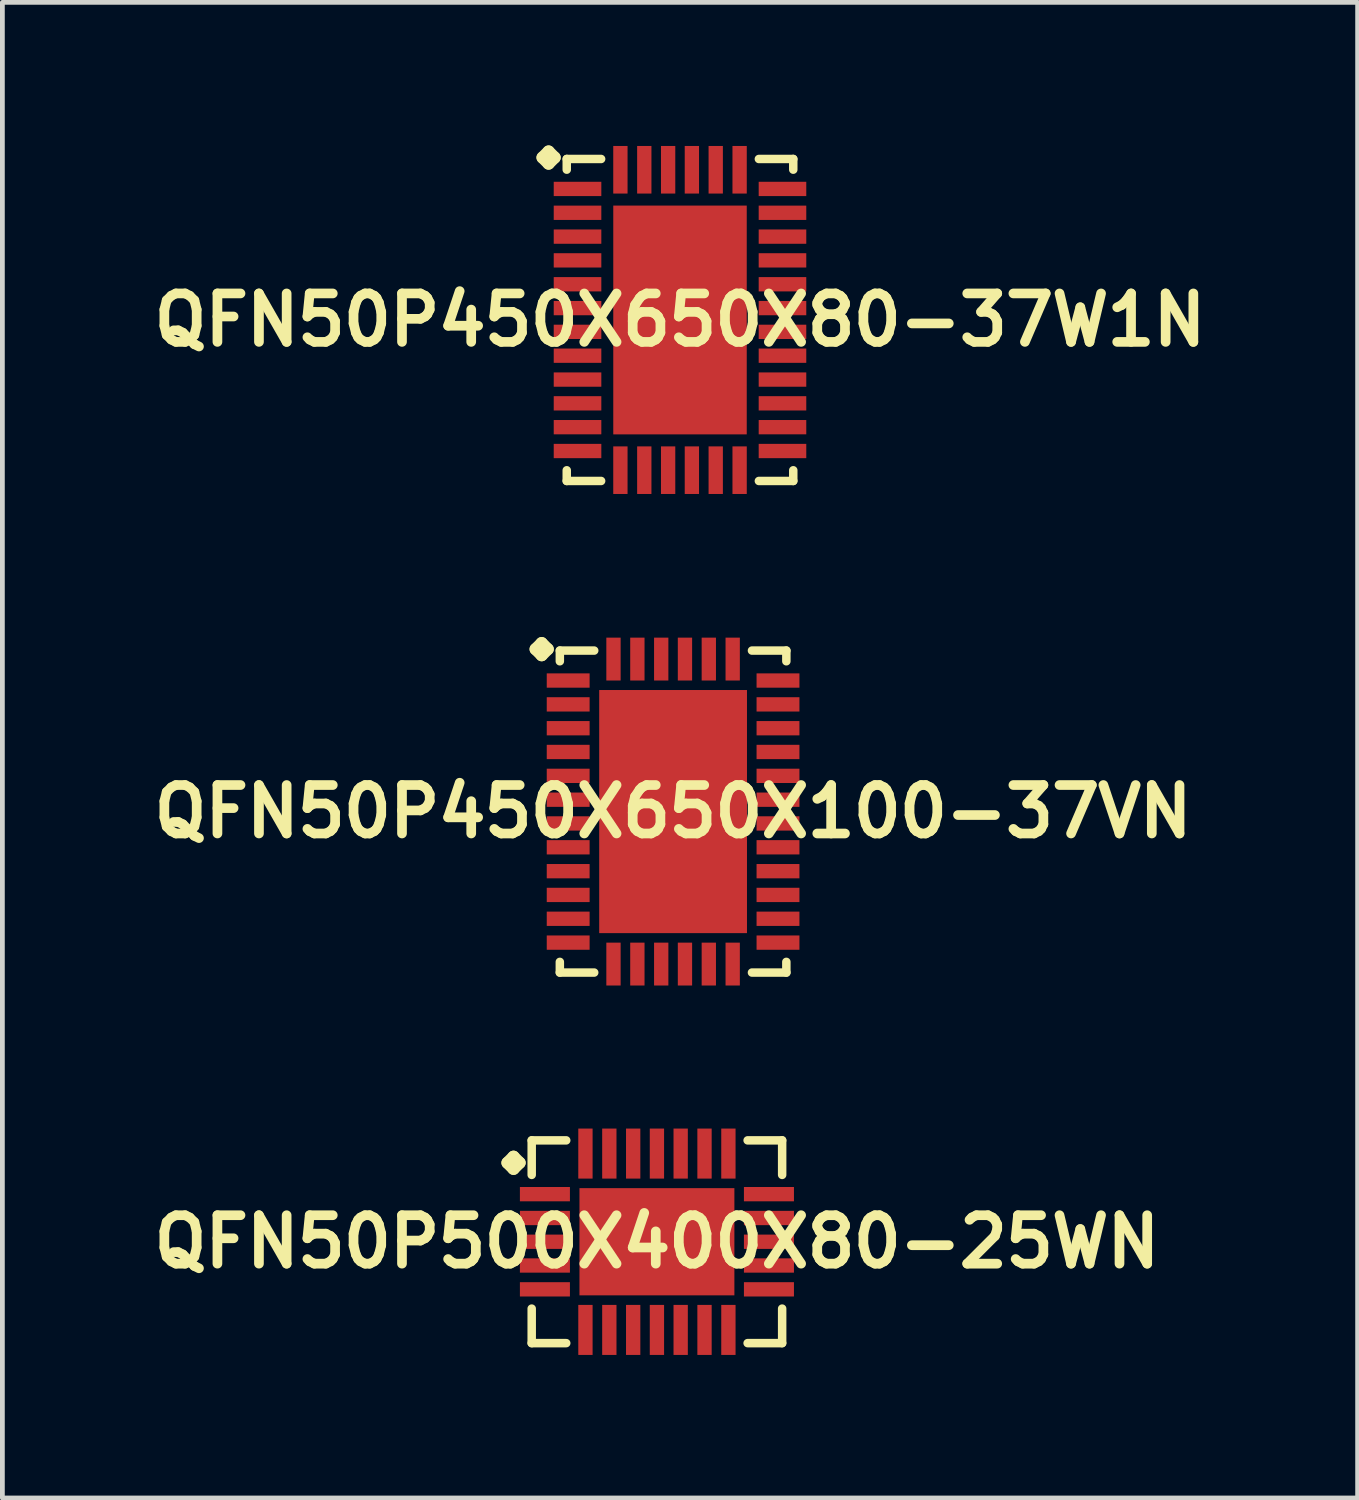
<source format=kicad_pcb>
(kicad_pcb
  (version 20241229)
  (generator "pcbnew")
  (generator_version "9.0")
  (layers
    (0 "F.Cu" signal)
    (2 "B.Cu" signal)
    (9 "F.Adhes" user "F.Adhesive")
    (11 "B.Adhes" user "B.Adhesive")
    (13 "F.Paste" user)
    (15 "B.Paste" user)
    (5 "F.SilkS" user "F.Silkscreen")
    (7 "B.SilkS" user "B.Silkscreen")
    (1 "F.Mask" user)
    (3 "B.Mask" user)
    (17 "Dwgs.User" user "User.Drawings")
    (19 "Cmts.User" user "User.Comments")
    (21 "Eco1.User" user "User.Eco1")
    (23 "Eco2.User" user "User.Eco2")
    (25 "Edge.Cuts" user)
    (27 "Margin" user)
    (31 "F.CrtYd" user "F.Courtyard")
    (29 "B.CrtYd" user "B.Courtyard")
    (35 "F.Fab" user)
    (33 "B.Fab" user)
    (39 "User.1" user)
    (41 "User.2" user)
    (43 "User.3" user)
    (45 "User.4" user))
  (footprint "QFN50P500X400X80-25WN"
    (layer "F.Cu")
    (at 10.726 22.99)
    (property "Reference" "QFN50P500X400X80-25WN" (at 0 0 0) (layer "F.SilkS") (effects (font (size 1.016 1.016) (thickness 0.203))))
    (attr smd)
    (fp_line (start -3.134 -1.656) (end -3.007 -1.783) (stroke (width 0.254) (type solid)) (layer "F.SilkS"))
    (fp_line (start -3.007 -1.783) (end -2.88 -1.656) (stroke (width 0.254) (type solid)) (layer "F.SilkS"))
    (fp_line (start -3.007 -1.529) (end -3.134 -1.656) (stroke (width 0.254) (type solid)) (layer "F.SilkS"))
    (fp_line (start -2.88 -1.656) (end -3.007 -1.529) (stroke (width 0.254) (type solid)) (layer "F.SilkS"))
    (fp_line (start -2.626 -2.126) (end -1.902 -2.126) (stroke (width 0.178) (type solid)) (layer "F.SilkS"))
    (fp_line (start -2.626 -1.402) (end -2.626 -2.126) (stroke (width 0.178) (type solid)) (layer "F.SilkS"))
    (fp_line (start -2.626 1.402) (end -2.626 2.126) (stroke (width 0.178) (type solid)) (layer "F.SilkS"))
    (fp_line (start -2.626 2.126) (end -1.902 2.126) (stroke (width 0.178) (type solid)) (layer "F.SilkS"))
    (fp_line (start 1.902 -2.126) (end 2.626 -2.126) (stroke (width 0.178) (type solid)) (layer "F.SilkS"))
    (fp_line (start 1.902 2.126) (end 2.626 2.126) (stroke (width 0.178) (type solid)) (layer "F.SilkS"))
    (fp_line (start 2.626 -2.126) (end 2.626 -1.402) (stroke (width 0.178) (type solid)) (layer "F.SilkS"))
    (fp_line (start 2.626 2.126) (end 2.626 1.402) (stroke (width 0.178) (type solid)) (layer "F.SilkS"))
    (pad "1" smd rect (at -2.349 -0.998) (size 1.049 0.3) (layers "F.Cu" "F.Mask" "F.Paste"))
    (pad "2" smd rect (at -2.349 -0.498) (size 1.049 0.3) (layers "F.Cu" "F.Mask" "F.Paste"))
    (pad "3" smd rect (at -2.349 0) (size 1.049 0.3) (layers "F.Cu" "F.Mask" "F.Paste"))
    (pad "4" smd rect (at -2.349 0.498) (size 1.049 0.3) (layers "F.Cu" "F.Mask" "F.Paste"))
    (pad "5" smd rect (at -2.349 0.998) (size 1.049 0.3) (layers "F.Cu" "F.Mask" "F.Paste"))
    (pad "6" smd rect (at -1.499 1.849) (size 0.3 1.049) (layers "F.Cu" "F.Mask" "F.Paste"))
    (pad "7" smd rect (at -0.998 1.849) (size 0.3 1.049) (layers "F.Cu" "F.Mask" "F.Paste"))
    (pad "8" smd rect (at -0.498 1.849) (size 0.3 1.049) (layers "F.Cu" "F.Mask" "F.Paste"))
    (pad "9" smd rect (at 0 1.849) (size 0.3 1.049) (layers "F.Cu" "F.Mask" "F.Paste"))
    (pad "10" smd rect (at 0.498 1.849) (size 0.3 1.049) (layers "F.Cu" "F.Mask" "F.Paste"))
    (pad "11" smd rect (at 0.998 1.849) (size 0.3 1.049) (layers "F.Cu" "F.Mask" "F.Paste"))
    (pad "12" smd rect (at 1.499 1.849) (size 0.3 1.049) (layers "F.Cu" "F.Mask" "F.Paste"))
    (pad "13" smd rect (at 2.349 0.998) (size 1.049 0.3) (layers "F.Cu" "F.Mask" "F.Paste"))
    (pad "14" smd rect (at 2.349 0.498) (size 1.049 0.3) (layers "F.Cu" "F.Mask" "F.Paste"))
    (pad "15" smd rect (at 2.349 0) (size 1.049 0.3) (layers "F.Cu" "F.Mask" "F.Paste"))
    (pad "16" smd rect (at 2.349 -0.498) (size 1.049 0.3) (layers "F.Cu" "F.Mask" "F.Paste"))
    (pad "17" smd rect (at 2.349 -0.998) (size 1.049 0.3) (layers "F.Cu" "F.Mask" "F.Paste"))
    (pad "18" smd rect (at 1.499 -1.849) (size 0.3 1.049) (layers "F.Cu" "F.Mask" "F.Paste"))
    (pad "19" smd rect (at 0.998 -1.849) (size 0.3 1.049) (layers "F.Cu" "F.Mask" "F.Paste"))
    (pad "20" smd rect (at 0.498 -1.849) (size 0.3 1.049) (layers "F.Cu" "F.Mask" "F.Paste"))
    (pad "21" smd rect (at 0 -1.849) (size 0.3 1.049) (layers "F.Cu" "F.Mask" "F.Paste"))
    (pad "22" smd rect (at -0.498 -1.849) (size 0.3 1.049) (layers "F.Cu" "F.Mask" "F.Paste"))
    (pad "23" smd rect (at -0.998 -1.849) (size 0.3 1.049) (layers "F.Cu" "F.Mask" "F.Paste"))
    (pad "24" smd rect (at -1.499 -1.849) (size 0.3 1.049) (layers "F.Cu" "F.Mask" "F.Paste"))
    (pad "25" smd rect (at 0 0) (size 3.249 2.248) (layers "F.Cu" "F.Mask" "F.Paste")))
  (footprint "QFN50P450X650X100-37VN"
    (layer "F.Cu")
    (at 11.065 13.969)
    (property "Reference" "QFN50P450X650X100-37VN" (at 0 0 0) (layer "F.SilkS") (effects (font (size 1.016 1.016) (thickness 0.203))))
    (attr smd)
    (fp_line (start -2.883 -3.406) (end -2.756 -3.533) (stroke (width 0.254) (type solid)) (layer "F.SilkS"))
    (fp_line (start -2.756 -3.533) (end -2.629 -3.406) (stroke (width 0.254) (type solid)) (layer "F.SilkS"))
    (fp_line (start -2.756 -3.279) (end -2.883 -3.406) (stroke (width 0.254) (type solid)) (layer "F.SilkS"))
    (fp_line (start -2.629 -3.406) (end -2.756 -3.279) (stroke (width 0.254) (type solid)) (layer "F.SilkS"))
    (fp_line (start -2.375 -3.376) (end -1.654 -3.376) (stroke (width 0.178) (type solid)) (layer "F.SilkS"))
    (fp_line (start -2.375 -3.152) (end -2.375 -3.376) (stroke (width 0.178) (type solid)) (layer "F.SilkS"))
    (fp_line (start -2.375 3.152) (end -2.375 3.376) (stroke (width 0.178) (type solid)) (layer "F.SilkS"))
    (fp_line (start -2.375 3.376) (end -1.654 3.376) (stroke (width 0.178) (type solid)) (layer "F.SilkS"))
    (fp_line (start 1.654 -3.376) (end 2.375 -3.376) (stroke (width 0.178) (type solid)) (layer "F.SilkS"))
    (fp_line (start 1.654 3.376) (end 2.375 3.376) (stroke (width 0.178) (type solid)) (layer "F.SilkS"))
    (fp_line (start 2.375 -3.376) (end 2.375 -3.152) (stroke (width 0.178) (type solid)) (layer "F.SilkS"))
    (fp_line (start 2.375 3.376) (end 2.375 3.152) (stroke (width 0.178) (type solid)) (layer "F.SilkS"))
    (pad "1" smd rect (at -2.2 -2.748) (size 0.899 0.3) (layers "F.Cu" "F.Mask" "F.Paste"))
    (pad "2" smd rect (at -2.2 -2.248) (size 0.899 0.3) (layers "F.Cu" "F.Mask" "F.Paste"))
    (pad "3" smd rect (at -2.2 -1.748) (size 0.899 0.3) (layers "F.Cu" "F.Mask" "F.Paste"))
    (pad "4" smd rect (at -2.2 -1.25) (size 0.899 0.3) (layers "F.Cu" "F.Mask" "F.Paste"))
    (pad "5" smd rect (at -2.2 -0.749) (size 0.899 0.3) (layers "F.Cu" "F.Mask" "F.Paste"))
    (pad "6" smd rect (at -2.2 -0.249) (size 0.899 0.3) (layers "F.Cu" "F.Mask" "F.Paste"))
    (pad "7" smd rect (at -2.2 0.249) (size 0.899 0.3) (layers "F.Cu" "F.Mask" "F.Paste"))
    (pad "8" smd rect (at -2.2 0.749) (size 0.899 0.3) (layers "F.Cu" "F.Mask" "F.Paste"))
    (pad "9" smd rect (at -2.2 1.25) (size 0.899 0.3) (layers "F.Cu" "F.Mask" "F.Paste"))
    (pad "10" smd rect (at -2.2 1.748) (size 0.899 0.3) (layers "F.Cu" "F.Mask" "F.Paste"))
    (pad "11" smd rect (at -2.2 2.248) (size 0.899 0.3) (layers "F.Cu" "F.Mask" "F.Paste"))
    (pad "12" smd rect (at -2.2 2.748) (size 0.899 0.3) (layers "F.Cu" "F.Mask" "F.Paste"))
    (pad "13" smd rect (at -1.25 3.198) (size 0.3 0.899) (layers "F.Cu" "F.Mask" "F.Paste"))
    (pad "14" smd rect (at -0.749 3.198) (size 0.3 0.899) (layers "F.Cu" "F.Mask" "F.Paste"))
    (pad "15" smd rect (at -0.249 3.198) (size 0.3 0.899) (layers "F.Cu" "F.Mask" "F.Paste"))
    (pad "16" smd rect (at 0.249 3.198) (size 0.3 0.899) (layers "F.Cu" "F.Mask" "F.Paste"))
    (pad "17" smd rect (at 0.749 3.198) (size 0.3 0.899) (layers "F.Cu" "F.Mask" "F.Paste"))
    (pad "18" smd rect (at 1.25 3.198) (size 0.3 0.899) (layers "F.Cu" "F.Mask" "F.Paste"))
    (pad "19" smd rect (at 2.2 2.748) (size 0.899 0.3) (layers "F.Cu" "F.Mask" "F.Paste"))
    (pad "20" smd rect (at 2.2 2.248) (size 0.899 0.3) (layers "F.Cu" "F.Mask" "F.Paste"))
    (pad "21" smd rect (at 2.2 1.748) (size 0.899 0.3) (layers "F.Cu" "F.Mask" "F.Paste"))
    (pad "22" smd rect (at 2.2 1.25) (size 0.899 0.3) (layers "F.Cu" "F.Mask" "F.Paste"))
    (pad "23" smd rect (at 2.2 0.749) (size 0.899 0.3) (layers "F.Cu" "F.Mask" "F.Paste"))
    (pad "24" smd rect (at 2.2 0.249) (size 0.899 0.3) (layers "F.Cu" "F.Mask" "F.Paste"))
    (pad "25" smd rect (at 2.2 -0.249) (size 0.899 0.3) (layers "F.Cu" "F.Mask" "F.Paste"))
    (pad "26" smd rect (at 2.2 -0.749) (size 0.899 0.3) (layers "F.Cu" "F.Mask" "F.Paste"))
    (pad "27" smd rect (at 2.2 -1.25) (size 0.899 0.3) (layers "F.Cu" "F.Mask" "F.Paste"))
    (pad "28" smd rect (at 2.2 -1.748) (size 0.899 0.3) (layers "F.Cu" "F.Mask" "F.Paste"))
    (pad "29" smd rect (at 2.2 -2.248) (size 0.899 0.3) (layers "F.Cu" "F.Mask" "F.Paste"))
    (pad "30" smd rect (at 2.2 -2.748) (size 0.899 0.3) (layers "F.Cu" "F.Mask" "F.Paste"))
    (pad "31" smd rect (at 1.25 -3.198) (size 0.3 0.899) (layers "F.Cu" "F.Mask" "F.Paste"))
    (pad "32" smd rect (at 0.749 -3.198) (size 0.3 0.899) (layers "F.Cu" "F.Mask" "F.Paste"))
    (pad "33" smd rect (at 0.249 -3.198) (size 0.3 0.899) (layers "F.Cu" "F.Mask" "F.Paste"))
    (pad "34" smd rect (at -0.249 -3.198) (size 0.3 0.899) (layers "F.Cu" "F.Mask" "F.Paste"))
    (pad "35" smd rect (at -0.749 -3.198) (size 0.3 0.899) (layers "F.Cu" "F.Mask" "F.Paste"))
    (pad "36" smd rect (at -1.25 -3.198) (size 0.3 0.899) (layers "F.Cu" "F.Mask" "F.Paste"))
    (pad "37" smd rect (at 0 0) (size 3.099 5.098) (layers "F.Cu" "F.Mask" "F.Paste")))
  (footprint "QFN50P450X650X80-37W1N"
    (layer "F.Cu")
    (at 11.21 3.66)
    (property "Reference" "QFN50P450X650X80-37W1N" (at 0 0 0) (layer "F.SilkS") (effects (font (size 1.016 1.016) (thickness 0.203))))
    (attr smd)
    (fp_line (start -2.883 -3.406) (end -2.756 -3.533) (stroke (width 0.254) (type solid)) (layer "F.SilkS"))
    (fp_line (start -2.756 -3.533) (end -2.629 -3.406) (stroke (width 0.254) (type solid)) (layer "F.SilkS"))
    (fp_line (start -2.756 -3.279) (end -2.883 -3.406) (stroke (width 0.254) (type solid)) (layer "F.SilkS"))
    (fp_line (start -2.629 -3.406) (end -2.756 -3.279) (stroke (width 0.254) (type solid)) (layer "F.SilkS"))
    (fp_line (start -2.375 -3.376) (end -1.654 -3.376) (stroke (width 0.178) (type solid)) (layer "F.SilkS"))
    (fp_line (start -2.375 -3.152) (end -2.375 -3.376) (stroke (width 0.178) (type solid)) (layer "F.SilkS"))
    (fp_line (start -2.375 3.152) (end -2.375 3.376) (stroke (width 0.178) (type solid)) (layer "F.SilkS"))
    (fp_line (start -2.375 3.376) (end -1.654 3.376) (stroke (width 0.178) (type solid)) (layer "F.SilkS"))
    (fp_line (start 1.654 -3.376) (end 2.375 -3.376) (stroke (width 0.178) (type solid)) (layer "F.SilkS"))
    (fp_line (start 1.654 3.376) (end 2.375 3.376) (stroke (width 0.178) (type solid)) (layer "F.SilkS"))
    (fp_line (start 2.375 -3.376) (end 2.375 -3.152) (stroke (width 0.178) (type solid)) (layer "F.SilkS"))
    (fp_line (start 2.375 3.376) (end 2.375 3.152) (stroke (width 0.178) (type solid)) (layer "F.SilkS"))
    (pad "1" smd rect (at -2.149 -2.748) (size 0.998 0.3) (layers "F.Cu" "F.Mask" "F.Paste"))
    (pad "2" smd rect (at -2.149 -2.248) (size 0.998 0.3) (layers "F.Cu" "F.Mask" "F.Paste"))
    (pad "3" smd rect (at -2.149 -1.748) (size 0.998 0.3) (layers "F.Cu" "F.Mask" "F.Paste"))
    (pad "4" smd rect (at -2.149 -1.25) (size 0.998 0.3) (layers "F.Cu" "F.Mask" "F.Paste"))
    (pad "5" smd rect (at -2.149 -0.749) (size 0.998 0.3) (layers "F.Cu" "F.Mask" "F.Paste"))
    (pad "6" smd rect (at -2.149 -0.249) (size 0.998 0.3) (layers "F.Cu" "F.Mask" "F.Paste"))
    (pad "7" smd rect (at -2.149 0.249) (size 0.998 0.3) (layers "F.Cu" "F.Mask" "F.Paste"))
    (pad "8" smd rect (at -2.149 0.749) (size 0.998 0.3) (layers "F.Cu" "F.Mask" "F.Paste"))
    (pad "9" smd rect (at -2.149 1.25) (size 0.998 0.3) (layers "F.Cu" "F.Mask" "F.Paste"))
    (pad "10" smd rect (at -2.149 1.748) (size 0.998 0.3) (layers "F.Cu" "F.Mask" "F.Paste"))
    (pad "11" smd rect (at -2.149 2.248) (size 0.998 0.3) (layers "F.Cu" "F.Mask" "F.Paste"))
    (pad "12" smd rect (at -2.149 2.748) (size 0.998 0.3) (layers "F.Cu" "F.Mask" "F.Paste"))
    (pad "13" smd rect (at -1.25 3.15) (size 0.3 0.998) (layers "F.Cu" "F.Mask" "F.Paste"))
    (pad "14" smd rect (at -0.749 3.15) (size 0.3 0.998) (layers "F.Cu" "F.Mask" "F.Paste"))
    (pad "15" smd rect (at -0.249 3.15) (size 0.3 0.998) (layers "F.Cu" "F.Mask" "F.Paste"))
    (pad "16" smd rect (at 0.249 3.15) (size 0.3 0.998) (layers "F.Cu" "F.Mask" "F.Paste"))
    (pad "17" smd rect (at 0.749 3.15) (size 0.3 0.998) (layers "F.Cu" "F.Mask" "F.Paste"))
    (pad "18" smd rect (at 1.25 3.15) (size 0.3 0.998) (layers "F.Cu" "F.Mask" "F.Paste"))
    (pad "19" smd rect (at 2.149 2.748) (size 0.998 0.3) (layers "F.Cu" "F.Mask" "F.Paste"))
    (pad "20" smd rect (at 2.149 2.248) (size 0.998 0.3) (layers "F.Cu" "F.Mask" "F.Paste"))
    (pad "21" smd rect (at 2.149 1.748) (size 0.998 0.3) (layers "F.Cu" "F.Mask" "F.Paste"))
    (pad "22" smd rect (at 2.149 1.25) (size 0.998 0.3) (layers "F.Cu" "F.Mask" "F.Paste"))
    (pad "23" smd rect (at 2.149 0.749) (size 0.998 0.3) (layers "F.Cu" "F.Mask" "F.Paste"))
    (pad "24" smd rect (at 2.149 0.249) (size 0.998 0.3) (layers "F.Cu" "F.Mask" "F.Paste"))
    (pad "25" smd rect (at 2.149 -0.249) (size 0.998 0.3) (layers "F.Cu" "F.Mask" "F.Paste"))
    (pad "26" smd rect (at 2.149 -0.749) (size 0.998 0.3) (layers "F.Cu" "F.Mask" "F.Paste"))
    (pad "27" smd rect (at 2.149 -1.25) (size 0.998 0.3) (layers "F.Cu" "F.Mask" "F.Paste"))
    (pad "28" smd rect (at 2.149 -1.748) (size 0.998 0.3) (layers "F.Cu" "F.Mask" "F.Paste"))
    (pad "29" smd rect (at 2.149 -2.248) (size 0.998 0.3) (layers "F.Cu" "F.Mask" "F.Paste"))
    (pad "30" smd rect (at 2.149 -2.748) (size 0.998 0.3) (layers "F.Cu" "F.Mask" "F.Paste"))
    (pad "31" smd rect (at 1.25 -3.15) (size 0.3 0.998) (layers "F.Cu" "F.Mask" "F.Paste"))
    (pad "32" smd rect (at 0.749 -3.15) (size 0.3 0.998) (layers "F.Cu" "F.Mask" "F.Paste"))
    (pad "33" smd rect (at 0.249 -3.15) (size 0.3 0.998) (layers "F.Cu" "F.Mask" "F.Paste"))
    (pad "34" smd rect (at -0.249 -3.15) (size 0.3 0.998) (layers "F.Cu" "F.Mask" "F.Paste"))
    (pad "35" smd rect (at -0.749 -3.15) (size 0.3 0.998) (layers "F.Cu" "F.Mask" "F.Paste"))
    (pad "36" smd rect (at -1.25 -3.15) (size 0.3 0.998) (layers "F.Cu" "F.Mask" "F.Paste"))
    (pad "37" smd rect (at 0 0) (size 2.799 4.798) (layers "F.Cu" "F.Mask" "F.Paste")))
  (gr_rect
    (start -3 -3)
    (end 25.42 28.364)
    (stroke (width 0.1) (type default))
    (fill no)
    (layer "Edge.Cuts")))
</source>
